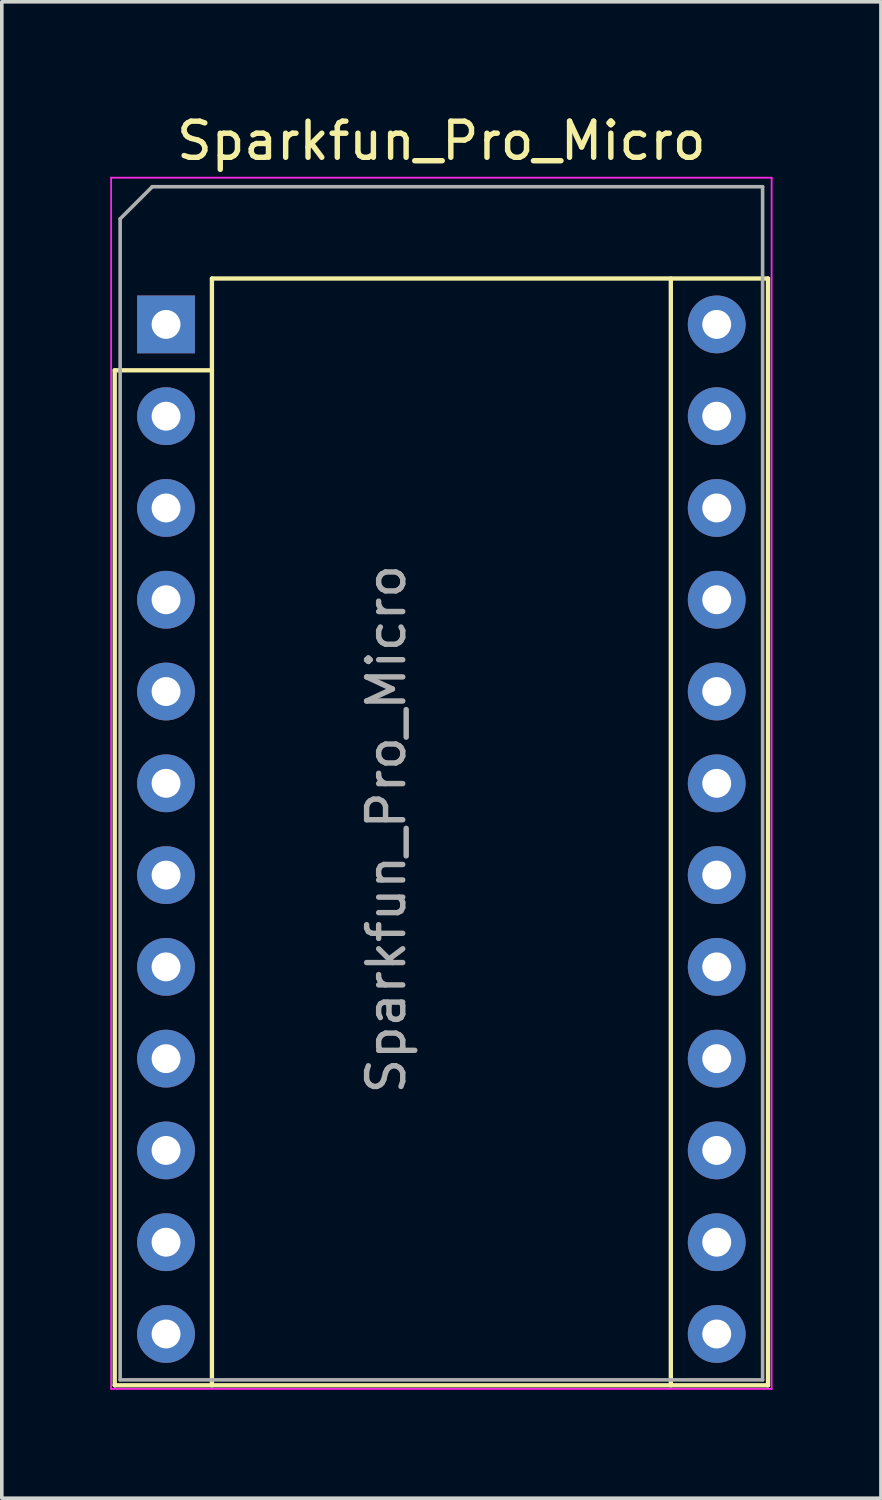
<source format=kicad_pcb>
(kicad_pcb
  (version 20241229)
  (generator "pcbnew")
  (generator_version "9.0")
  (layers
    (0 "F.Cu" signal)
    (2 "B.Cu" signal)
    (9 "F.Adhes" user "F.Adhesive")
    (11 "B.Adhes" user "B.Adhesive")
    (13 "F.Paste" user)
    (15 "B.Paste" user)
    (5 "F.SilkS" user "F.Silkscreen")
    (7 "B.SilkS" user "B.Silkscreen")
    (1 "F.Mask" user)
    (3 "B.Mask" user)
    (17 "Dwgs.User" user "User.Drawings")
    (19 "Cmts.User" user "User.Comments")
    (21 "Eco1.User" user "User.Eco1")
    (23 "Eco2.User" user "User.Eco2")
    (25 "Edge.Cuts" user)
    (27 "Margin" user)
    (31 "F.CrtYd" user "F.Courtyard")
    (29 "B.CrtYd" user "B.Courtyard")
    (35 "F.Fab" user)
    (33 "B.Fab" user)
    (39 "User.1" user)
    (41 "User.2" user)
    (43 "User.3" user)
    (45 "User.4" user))
  (footprint "Sparkfun_Pro_Micro"
    (layer "F.Cu")
    (at 1.545 5.928)
    (property "Reference" "Sparkfun_Pro_Micro" (at 7.62 -5.08 0) (layer "F.SilkS") (effects (font (size 1 1) (thickness 0.15))))
    (attr through_hole)
    (fp_line (start -1.42 1.27) (end -1.42 29.36) (stroke (width 0.12) (type solid)) (layer "F.SilkS"))
    (fp_line (start -1.42 29.36) (end 16.66 29.36) (stroke (width 0.12) (type solid)) (layer "F.SilkS"))
    (fp_line (start 1.27 -1.27) (end 1.27 29.36) (stroke (width 0.12) (type solid)) (layer "F.SilkS"))
    (fp_line (start 1.27 1.27) (end -1.42 1.27) (stroke (width 0.12) (type solid)) (layer "F.SilkS"))
    (fp_line (start 13.97 -1.27) (end 13.97 29.36) (stroke (width 0.12) (type solid)) (layer "F.SilkS"))
    (fp_line (start 16.66 -1.27) (end 1.27 -1.27) (stroke (width 0.12) (type solid)) (layer "F.SilkS"))
    (fp_line (start 16.66 29.36) (end 16.66 -1.27) (stroke (width 0.12) (type solid)) (layer "F.SilkS"))
    (fp_line (start -1.52 -4.06) (end -1.52 29.46) (stroke (width 0.05) (type solid)) (layer "F.CrtYd"))
    (fp_line (start -1.52 -4.06) (end 16.76 -4.06) (stroke (width 0.05) (type solid)) (layer "F.CrtYd"))
    (fp_line (start 16.76 29.46) (end -1.52 29.46) (stroke (width 0.05) (type solid)) (layer "F.CrtYd"))
    (fp_line (start 16.76 29.46) (end 16.76 -4.06) (stroke (width 0.05) (type solid)) (layer "F.CrtYd"))
    (fp_line (start -1.27 29.21) (end -1.27 -2.921) (stroke (width 0.1) (type solid)) (layer "F.Fab"))
    (fp_line (start -0.381 -3.81) (end -1.27 -2.921) (stroke (width 0.1) (type solid)) (layer "F.Fab"))
    (fp_line (start -0.381 -3.81) (end 16.51 -3.81) (stroke (width 0.1) (type solid)) (layer "F.Fab"))
    (fp_line (start 16.51 -3.81) (end 16.51 29.21) (stroke (width 0.1) (type solid)) (layer "F.Fab"))
    (fp_line (start 16.51 29.21) (end -1.27 29.21) (stroke (width 0.1) (type solid)) (layer "F.Fab"))
    (fp_text user "${REFERENCE}" (at 6.096 13.97 90) (layer "F.Fab") (effects (font (size 1 1) (thickness 0.15))))
    (pad "1" thru_hole rect (at 0 0) (size 1.6 1.6) (drill 0.8) (layers "*.Cu" "*.Mask"))
    (pad "2" thru_hole oval (at 0 2.54) (size 1.6 1.6) (drill 0.8) (layers "*.Cu" "*.Mask"))
    (pad "3" thru_hole oval (at 0 5.08) (size 1.6 1.6) (drill 0.8) (layers "*.Cu" "*.Mask"))
    (pad "4" thru_hole oval (at 0 7.62) (size 1.6 1.6) (drill 0.8) (layers "*.Cu" "*.Mask"))
    (pad "5" thru_hole oval (at 0 10.16) (size 1.6 1.6) (drill 0.8) (layers "*.Cu" "*.Mask"))
    (pad "6" thru_hole oval (at 0 12.7) (size 1.6 1.6) (drill 0.8) (layers "*.Cu" "*.Mask"))
    (pad "7" thru_hole oval (at 0 15.24) (size 1.6 1.6) (drill 0.8) (layers "*.Cu" "*.Mask"))
    (pad "8" thru_hole oval (at 0 17.78) (size 1.6 1.6) (drill 0.8) (layers "*.Cu" "*.Mask"))
    (pad "9" thru_hole oval (at 0 20.32) (size 1.6 1.6) (drill 0.8) (layers "*.Cu" "*.Mask"))
    (pad "10" thru_hole oval (at 0 22.86) (size 1.6 1.6) (drill 0.8) (layers "*.Cu" "*.Mask"))
    (pad "11" thru_hole oval (at 0 25.4) (size 1.6 1.6) (drill 0.8) (layers "*.Cu" "*.Mask"))
    (pad "12" thru_hole oval (at 0 27.94) (size 1.6 1.6) (drill 0.8) (layers "*.Cu" "*.Mask"))
    (pad "13" thru_hole oval (at 15.24 27.94) (size 1.6 1.6) (drill 0.8) (layers "*.Cu" "*.Mask"))
    (pad "14" thru_hole oval (at 15.24 25.4) (size 1.6 1.6) (drill 0.8) (layers "*.Cu" "*.Mask"))
    (pad "15" thru_hole oval (at 15.24 22.86) (size 1.6 1.6) (drill 0.8) (layers "*.Cu" "*.Mask"))
    (pad "16" thru_hole oval (at 15.24 20.32) (size 1.6 1.6) (drill 0.8) (layers "*.Cu" "*.Mask"))
    (pad "17" thru_hole oval (at 15.24 17.78) (size 1.6 1.6) (drill 0.8) (layers "*.Cu" "*.Mask"))
    (pad "18" thru_hole oval (at 15.24 15.24) (size 1.6 1.6) (drill 0.8) (layers "*.Cu" "*.Mask"))
    (pad "19" thru_hole oval (at 15.24 12.7) (size 1.6 1.6) (drill 0.8) (layers "*.Cu" "*.Mask"))
    (pad "20" thru_hole oval (at 15.24 10.16) (size 1.6 1.6) (drill 0.8) (layers "*.Cu" "*.Mask"))
    (pad "21" thru_hole oval (at 15.24 7.62) (size 1.6 1.6) (drill 0.8) (layers "*.Cu" "*.Mask"))
    (pad "22" thru_hole oval (at 15.24 5.08) (size 1.6 1.6) (drill 0.8) (layers "*.Cu" "*.Mask"))
    (pad "23" thru_hole oval (at 15.24 2.54) (size 1.6 1.6) (drill 0.8) (layers "*.Cu" "*.Mask"))
    (pad "24" thru_hole oval (at 15.24 0) (size 1.6 1.6) (drill 0.8) (layers "*.Cu" "*.Mask")))
  (gr_rect
    (start -3 -3)
    (end 21.33 38.413)
    (stroke (width 0.1) (type default))
    (fill no)
    (layer "Edge.Cuts")))
</source>
